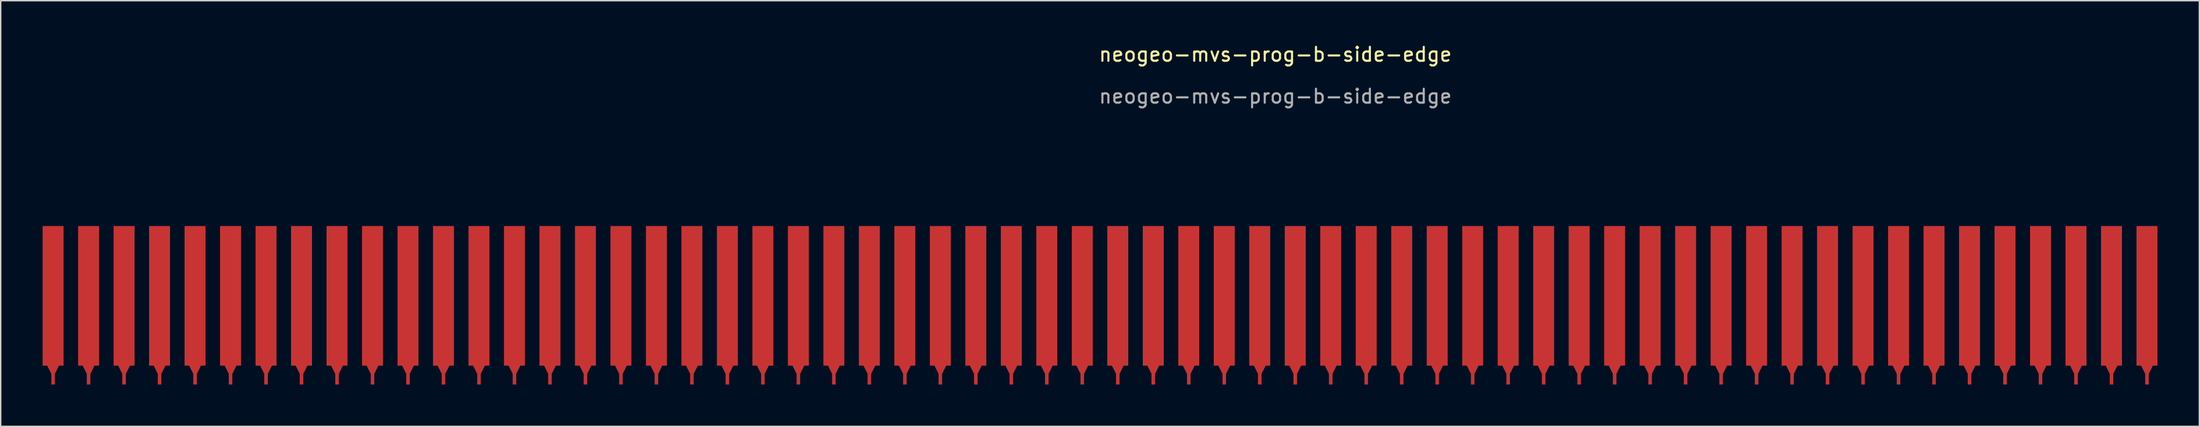
<source format=kicad_pcb>
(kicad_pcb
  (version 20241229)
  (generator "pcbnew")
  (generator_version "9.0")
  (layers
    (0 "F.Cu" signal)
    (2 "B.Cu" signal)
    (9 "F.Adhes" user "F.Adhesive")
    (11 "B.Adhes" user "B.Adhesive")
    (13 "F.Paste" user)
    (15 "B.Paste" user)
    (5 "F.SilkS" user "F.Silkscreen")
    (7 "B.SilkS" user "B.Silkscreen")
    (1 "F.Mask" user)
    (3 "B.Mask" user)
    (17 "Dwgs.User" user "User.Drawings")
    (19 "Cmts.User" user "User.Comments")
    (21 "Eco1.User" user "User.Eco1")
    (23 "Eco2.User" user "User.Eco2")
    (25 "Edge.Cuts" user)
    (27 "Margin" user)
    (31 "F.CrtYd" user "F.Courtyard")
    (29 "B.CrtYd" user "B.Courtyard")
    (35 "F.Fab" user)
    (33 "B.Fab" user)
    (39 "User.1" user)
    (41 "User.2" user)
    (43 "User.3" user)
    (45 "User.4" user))
  (footprint "neogeo-mvs-prog-b-side-edge"
    (layer "F.Cu")
    (at 76.95 18.138)
    (property "Reference" "neogeo-mvs-prog-b-side-edge" (at 11.28 -17.29 0) (unlocked yes) (layer "F.SilkS") (effects (font (size 1 1) (thickness 0.15))))
    (attr smd)
    (fp_text user "${REFERENCE}" (at 11.28 -14.29 0) (unlocked yes) (layer "F.Fab") (effects (font (size 1 1) (thickness 0.15))))
    (pad "1" connect custom (at -76.2 0) (size 1.5 10) (layers "F.Cu" "F.Mask") (options (anchor rect)) (primitives (gr_poly (pts (xy 0 5.842) (xy -0.508 4.826) (xy 0.508 4.826)) (width 0) (fill yes)) (gr_rect (start -0.127 5) (end 0.127 6.35) (width 0) (fill yes))))
    (pad "2" connect custom (at -73.66 0) (size 1.5 10) (layers "F.Cu" "F.Mask") (options (anchor rect)) (primitives (gr_poly (pts (xy 0 5.842) (xy -0.508 4.826) (xy 0.508 4.826)) (width 0) (fill yes)) (gr_rect (start -0.127 5) (end 0.127 6.35) (width 0) (fill yes))))
    (pad "3" connect custom (at -71.12 0) (size 1.5 10) (layers "F.Cu" "F.Mask") (options (anchor rect)) (primitives (gr_poly (pts (xy 0 5.842) (xy -0.508 4.826) (xy 0.508 4.826)) (width 0) (fill yes)) (gr_rect (start -0.127 5) (end 0.127 6.35) (width 0) (fill yes))))
    (pad "4" connect custom (at -68.58 0) (size 1.5 10) (layers "F.Cu" "F.Mask") (options (anchor rect)) (primitives (gr_poly (pts (xy 0 5.842) (xy -0.508 4.826) (xy 0.508 4.826)) (width 0) (fill yes)) (gr_rect (start -0.127 5) (end 0.127 6.35) (width 0) (fill yes))))
    (pad "5" connect custom (at -66.04 0) (size 1.5 10) (layers "F.Cu" "F.Mask") (options (anchor rect)) (primitives (gr_poly (pts (xy 0 5.842) (xy -0.508 4.826) (xy 0.508 4.826)) (width 0) (fill yes)) (gr_rect (start -0.127 5) (end 0.127 6.35) (width 0) (fill yes))))
    (pad "6" connect custom (at -63.5 0) (size 1.5 10) (layers "F.Cu" "F.Mask") (options (anchor rect)) (primitives (gr_poly (pts (xy 0 5.842) (xy -0.508 4.826) (xy 0.508 4.826)) (width 0) (fill yes)) (gr_rect (start -0.127 5) (end 0.127 6.35) (width 0) (fill yes))))
    (pad "7" connect custom (at -60.96 0) (size 1.5 10) (layers "F.Cu" "F.Mask") (options (anchor rect)) (primitives (gr_poly (pts (xy 0 5.842) (xy -0.508 4.826) (xy 0.508 4.826)) (width 0) (fill yes)) (gr_rect (start -0.127 5) (end 0.127 6.35) (width 0) (fill yes))))
    (pad "8" connect custom (at -58.42 0) (size 1.5 10) (layers "F.Cu" "F.Mask") (options (anchor rect)) (primitives (gr_poly (pts (xy 0 5.842) (xy -0.508 4.826) (xy 0.508 4.826)) (width 0) (fill yes)) (gr_rect (start -0.127 5) (end 0.127 6.35) (width 0) (fill yes))))
    (pad "9" connect custom (at -55.88 0) (size 1.5 10) (layers "F.Cu" "F.Mask") (options (anchor rect)) (primitives (gr_poly (pts (xy 0 5.842) (xy -0.508 4.826) (xy 0.508 4.826)) (width 0) (fill yes)) (gr_rect (start -0.127 5) (end 0.127 6.35) (width 0) (fill yes))))
    (pad "10" connect custom (at -53.34 0) (size 1.5 10) (layers "F.Cu" "F.Mask") (options (anchor rect)) (primitives (gr_poly (pts (xy 0 5.842) (xy -0.508 4.826) (xy 0.508 4.826)) (width 0) (fill yes)) (gr_rect (start -0.127 5) (end 0.127 6.35) (width 0) (fill yes))))
    (pad "11" connect custom (at -50.8 0) (size 1.5 10) (layers "F.Cu" "F.Mask") (options (anchor rect)) (primitives (gr_poly (pts (xy 0 5.842) (xy -0.508 4.826) (xy 0.508 4.826)) (width 0) (fill yes)) (gr_rect (start -0.127 5) (end 0.127 6.35) (width 0) (fill yes))))
    (pad "12" connect custom (at -48.26 0) (size 1.5 10) (layers "F.Cu" "F.Mask") (options (anchor rect)) (primitives (gr_poly (pts (xy 0 5.842) (xy -0.508 4.826) (xy 0.508 4.826)) (width 0) (fill yes)) (gr_rect (start -0.127 5) (end 0.127 6.35) (width 0) (fill yes))))
    (pad "13" connect custom (at -45.72 0) (size 1.5 10) (layers "F.Cu" "F.Mask") (options (anchor rect)) (primitives (gr_poly (pts (xy 0 5.842) (xy -0.508 4.826) (xy 0.508 4.826)) (width 0) (fill yes)) (gr_rect (start -0.127 5) (end 0.127 6.35) (width 0) (fill yes))))
    (pad "14" connect custom (at -43.18 0) (size 1.5 10) (layers "F.Cu" "F.Mask") (options (anchor rect)) (primitives (gr_poly (pts (xy 0 5.842) (xy -0.508 4.826) (xy 0.508 4.826)) (width 0) (fill yes)) (gr_rect (start -0.127 5) (end 0.127 6.35) (width 0) (fill yes))))
    (pad "15" connect custom (at -40.64 0) (size 1.5 10) (layers "F.Cu" "F.Mask") (options (anchor rect)) (primitives (gr_poly (pts (xy 0 5.842) (xy -0.508 4.826) (xy 0.508 4.826)) (width 0) (fill yes)) (gr_rect (start -0.127 5) (end 0.127 6.35) (width 0) (fill yes))))
    (pad "16" connect custom (at -38.1 0) (size 1.5 10) (layers "F.Cu" "F.Mask") (options (anchor rect)) (primitives (gr_poly (pts (xy 0 5.842) (xy -0.508 4.826) (xy 0.508 4.826)) (width 0) (fill yes)) (gr_rect (start -0.127 5) (end 0.127 6.35) (width 0) (fill yes))))
    (pad "17" connect custom (at -35.56 0) (size 1.5 10) (layers "F.Cu" "F.Mask") (options (anchor rect)) (primitives (gr_poly (pts (xy 0 5.842) (xy -0.508 4.826) (xy 0.508 4.826)) (width 0) (fill yes)) (gr_rect (start -0.127 5) (end 0.127 6.35) (width 0) (fill yes))))
    (pad "18" connect custom (at -33.02 0) (size 1.5 10) (layers "F.Cu" "F.Mask") (options (anchor rect)) (primitives (gr_poly (pts (xy 0 5.842) (xy -0.508 4.826) (xy 0.508 4.826)) (width 0) (fill yes)) (gr_rect (start -0.127 5) (end 0.127 6.35) (width 0) (fill yes))))
    (pad "19" connect custom (at -30.48 0) (size 1.5 10) (layers "F.Cu" "F.Mask") (options (anchor rect)) (primitives (gr_poly (pts (xy 0 5.842) (xy -0.508 4.826) (xy 0.508 4.826)) (width 0) (fill yes)) (gr_rect (start -0.127 5) (end 0.127 6.35) (width 0) (fill yes))))
    (pad "20" connect custom (at -27.94 0) (size 1.5 10) (layers "F.Cu" "F.Mask") (options (anchor rect)) (primitives (gr_poly (pts (xy 0 5.842) (xy -0.508 4.826) (xy 0.508 4.826)) (width 0) (fill yes)) (gr_rect (start -0.127 5) (end 0.127 6.35) (width 0) (fill yes))))
    (pad "21" connect custom (at -25.4 0) (size 1.5 10) (layers "F.Cu" "F.Mask") (options (anchor rect)) (primitives (gr_poly (pts (xy 0 5.842) (xy -0.508 4.826) (xy 0.508 4.826)) (width 0) (fill yes)) (gr_rect (start -0.127 5) (end 0.127 6.35) (width 0) (fill yes))))
    (pad "22" connect custom (at -22.86 0) (size 1.5 10) (layers "F.Cu" "F.Mask") (options (anchor rect)) (primitives (gr_poly (pts (xy 0 5.842) (xy -0.508 4.826) (xy 0.508 4.826)) (width 0) (fill yes)) (gr_rect (start -0.127 5) (end 0.127 6.35) (width 0) (fill yes))))
    (pad "23" connect custom (at -20.32 0) (size 1.5 10) (layers "F.Cu" "F.Mask") (options (anchor rect)) (primitives (gr_poly (pts (xy 0 5.842) (xy -0.508 4.826) (xy 0.508 4.826)) (width 0) (fill yes)) (gr_rect (start -0.127 5) (end 0.127 6.35) (width 0) (fill yes))))
    (pad "24" connect custom (at -17.78 0) (size 1.5 10) (layers "F.Cu" "F.Mask") (options (anchor rect)) (primitives (gr_poly (pts (xy 0 5.842) (xy -0.508 4.826) (xy 0.508 4.826)) (width 0) (fill yes)) (gr_rect (start -0.127 5) (end 0.127 6.35) (width 0) (fill yes))))
    (pad "25" connect custom (at -15.24 0) (size 1.5 10) (layers "F.Cu" "F.Mask") (options (anchor rect)) (primitives (gr_poly (pts (xy 0 5.842) (xy -0.508 4.826) (xy 0.508 4.826)) (width 0) (fill yes)) (gr_rect (start -0.127 5) (end 0.127 6.35) (width 0) (fill yes))))
    (pad "26" connect custom (at -12.7 0) (size 1.5 10) (layers "F.Cu" "F.Mask") (options (anchor rect)) (primitives (gr_poly (pts (xy 0 5.842) (xy -0.508 4.826) (xy 0.508 4.826)) (width 0) (fill yes)) (gr_rect (start -0.127 5) (end 0.127 6.35) (width 0) (fill yes))))
    (pad "27" connect custom (at -10.16 0) (size 1.5 10) (layers "F.Cu" "F.Mask") (options (anchor rect)) (primitives (gr_poly (pts (xy 0 5.842) (xy -0.508 4.826) (xy 0.508 4.826)) (width 0) (fill yes)) (gr_rect (start -0.127 5) (end 0.127 6.35) (width 0) (fill yes))))
    (pad "28" connect custom (at -7.62 0) (size 1.5 10) (layers "F.Cu" "F.Mask") (options (anchor rect)) (primitives (gr_poly (pts (xy 0 5.842) (xy -0.508 4.826) (xy 0.508 4.826)) (width 0) (fill yes)) (gr_rect (start -0.127 5) (end 0.127 6.35) (width 0) (fill yes))))
    (pad "29" connect custom (at -5.08 0) (size 1.5 10) (layers "F.Cu" "F.Mask") (options (anchor rect)) (primitives (gr_poly (pts (xy 0 5.842) (xy -0.508 4.826) (xy 0.508 4.826)) (width 0) (fill yes)) (gr_rect (start -0.127 5) (end 0.127 6.35) (width 0) (fill yes))))
    (pad "30" connect custom (at -2.54 0) (size 1.5 10) (layers "F.Cu" "F.Mask") (options (anchor rect)) (primitives (gr_poly (pts (xy 0 5.842) (xy -0.508 4.826) (xy 0.508 4.826)) (width 0) (fill yes)) (gr_rect (start -0.127 5) (end 0.127 6.35) (width 0) (fill yes))))
    (pad "31" connect custom (at 0 0) (size 1.5 10) (layers "F.Cu" "F.Mask") (options (anchor rect)) (primitives (gr_poly (pts (xy 0 5.842) (xy -0.508 4.826) (xy 0.508 4.826)) (width 0) (fill yes)) (gr_rect (start -0.127 5) (end 0.127 6.35) (width 0) (fill yes))))
    (pad "32" connect custom (at 2.54 0) (size 1.5 10) (layers "F.Cu" "F.Mask") (options (anchor rect)) (primitives (gr_poly (pts (xy 0 5.842) (xy -0.508 4.826) (xy 0.508 4.826)) (width 0) (fill yes)) (gr_rect (start -0.127 5) (end 0.127 6.35) (width 0) (fill yes))))
    (pad "33" connect custom (at 5.08 0) (size 1.5 10) (layers "F.Cu" "F.Mask") (options (anchor rect)) (primitives (gr_poly (pts (xy 0 5.842) (xy -0.508 4.826) (xy 0.508 4.826)) (width 0) (fill yes)) (gr_rect (start -0.127 5) (end 0.127 6.35) (width 0) (fill yes))))
    (pad "34" connect custom (at 7.62 0) (size 1.5 10) (layers "F.Cu" "F.Mask") (options (anchor rect)) (primitives (gr_poly (pts (xy 0 5.842) (xy -0.508 4.826) (xy 0.508 4.826)) (width 0) (fill yes)) (gr_rect (start -0.127 5) (end 0.127 6.35) (width 0) (fill yes))))
    (pad "35" connect custom (at 10.16 0) (size 1.5 10) (layers "F.Cu" "F.Mask") (options (anchor rect)) (primitives (gr_poly (pts (xy 0 5.842) (xy -0.508 4.826) (xy 0.508 4.826)) (width 0) (fill yes)) (gr_rect (start -0.127 5) (end 0.127 6.35) (width 0) (fill yes))))
    (pad "36" connect custom (at 12.7 0) (size 1.5 10) (layers "F.Cu" "F.Mask") (options (anchor rect)) (primitives (gr_poly (pts (xy 0 5.842) (xy -0.508 4.826) (xy 0.508 4.826)) (width 0) (fill yes)) (gr_rect (start -0.127 5) (end 0.127 6.35) (width 0) (fill yes))))
    (pad "37" connect custom (at 15.24 0) (size 1.5 10) (layers "F.Cu" "F.Mask") (options (anchor rect)) (primitives (gr_poly (pts (xy 0 5.842) (xy -0.508 4.826) (xy 0.508 4.826)) (width 0) (fill yes)) (gr_rect (start -0.127 5) (end 0.127 6.35) (width 0) (fill yes))))
    (pad "38" connect custom (at 17.78 0) (size 1.5 10) (layers "F.Cu" "F.Mask") (options (anchor rect)) (primitives (gr_poly (pts (xy 0 5.842) (xy -0.508 4.826) (xy 0.508 4.826)) (width 0) (fill yes)) (gr_rect (start -0.127 5) (end 0.127 6.35) (width 0) (fill yes))))
    (pad "39" connect custom (at 20.32 0) (size 1.5 10) (layers "F.Cu" "F.Mask") (options (anchor rect)) (primitives (gr_poly (pts (xy 0 5.842) (xy -0.508 4.826) (xy 0.508 4.826)) (width 0) (fill yes)) (gr_rect (start -0.127 5) (end 0.127 6.35) (width 0) (fill yes))))
    (pad "40" connect custom (at 22.86 0) (size 1.5 10) (layers "F.Cu" "F.Mask") (options (anchor rect)) (primitives (gr_poly (pts (xy 0 5.842) (xy -0.508 4.826) (xy 0.508 4.826)) (width 0) (fill yes)) (gr_rect (start -0.127 5) (end 0.127 6.35) (width 0) (fill yes))))
    (pad "41" connect custom (at 25.4 0) (size 1.5 10) (layers "F.Cu" "F.Mask") (options (anchor rect)) (primitives (gr_poly (pts (xy 0 5.842) (xy -0.508 4.826) (xy 0.508 4.826)) (width 0) (fill yes)) (gr_rect (start -0.127 5) (end 0.127 6.35) (width 0) (fill yes))))
    (pad "42" connect custom (at 27.94 0) (size 1.5 10) (layers "F.Cu" "F.Mask") (options (anchor rect)) (primitives (gr_poly (pts (xy 0 5.842) (xy -0.508 4.826) (xy 0.508 4.826)) (width 0) (fill yes)) (gr_rect (start -0.127 5) (end 0.127 6.35) (width 0) (fill yes))))
    (pad "43" connect custom (at 30.48 0) (size 1.5 10) (layers "F.Cu" "F.Mask") (options (anchor rect)) (primitives (gr_poly (pts (xy 0 5.842) (xy -0.508 4.826) (xy 0.508 4.826)) (width 0) (fill yes)) (gr_rect (start -0.127 5) (end 0.127 6.35) (width 0) (fill yes))))
    (pad "44" connect custom (at 33.02 0) (size 1.5 10) (layers "F.Cu" "F.Mask") (options (anchor rect)) (primitives (gr_poly (pts (xy 0 5.842) (xy -0.508 4.826) (xy 0.508 4.826)) (width 0) (fill yes)) (gr_rect (start -0.127 5) (end 0.127 6.35) (width 0) (fill yes))))
    (pad "45" connect custom (at 35.56 0) (size 1.5 10) (layers "F.Cu" "F.Mask") (options (anchor rect)) (primitives (gr_poly (pts (xy 0 5.842) (xy -0.508 4.826) (xy 0.508 4.826)) (width 0) (fill yes)) (gr_rect (start -0.127 5) (end 0.127 6.35) (width 0) (fill yes))))
    (pad "46" connect custom (at 38.1 0) (size 1.5 10) (layers "F.Cu" "F.Mask") (options (anchor rect)) (primitives (gr_poly (pts (xy 0 5.842) (xy -0.508 4.826) (xy 0.508 4.826)) (width 0) (fill yes)) (gr_rect (start -0.127 5) (end 0.127 6.35) (width 0) (fill yes))))
    (pad "47" connect custom (at 40.64 0) (size 1.5 10) (layers "F.Cu" "F.Mask") (options (anchor rect)) (primitives (gr_poly (pts (xy 0 5.842) (xy -0.508 4.826) (xy 0.508 4.826)) (width 0) (fill yes)) (gr_rect (start -0.127 5) (end 0.127 6.35) (width 0) (fill yes))))
    (pad "48" connect custom (at 43.18 0) (size 1.5 10) (layers "F.Cu" "F.Mask") (options (anchor rect)) (primitives (gr_poly (pts (xy 0 5.842) (xy -0.508 4.826) (xy 0.508 4.826)) (width 0) (fill yes)) (gr_rect (start -0.127 5) (end 0.127 6.35) (width 0) (fill yes))))
    (pad "49" connect custom (at 45.72 0) (size 1.5 10) (layers "F.Cu" "F.Mask") (options (anchor rect)) (primitives (gr_poly (pts (xy 0 5.842) (xy -0.508 4.826) (xy 0.508 4.826)) (width 0) (fill yes)) (gr_rect (start -0.127 5) (end 0.127 6.35) (width 0) (fill yes))))
    (pad "50" connect custom (at 48.26 0) (size 1.5 10) (layers "F.Cu" "F.Mask") (options (anchor rect)) (primitives (gr_poly (pts (xy 0 5.842) (xy -0.508 4.826) (xy 0.508 4.826)) (width 0) (fill yes)) (gr_rect (start -0.127 5) (end 0.127 6.35) (width 0) (fill yes))))
    (pad "51" connect custom (at 50.8 0) (size 1.5 10) (layers "F.Cu" "F.Mask") (options (anchor rect)) (primitives (gr_poly (pts (xy 0 5.842) (xy -0.508 4.826) (xy 0.508 4.826)) (width 0) (fill yes)) (gr_rect (start -0.127 5) (end 0.127 6.35) (width 0) (fill yes))))
    (pad "52" connect custom (at 53.34 0) (size 1.5 10) (layers "F.Cu" "F.Mask") (options (anchor rect)) (primitives (gr_poly (pts (xy 0 5.842) (xy -0.508 4.826) (xy 0.508 4.826)) (width 0) (fill yes)) (gr_rect (start -0.127 5) (end 0.127 6.35) (width 0) (fill yes))))
    (pad "53" connect custom (at 55.88 0) (size 1.5 10) (layers "F.Cu" "F.Mask") (options (anchor rect)) (primitives (gr_poly (pts (xy 0 5.842) (xy -0.508 4.826) (xy 0.508 4.826)) (width 0) (fill yes)) (gr_rect (start -0.127 5) (end 0.127 6.35) (width 0) (fill yes))))
    (pad "54" connect custom (at 58.42 0) (size 1.5 10) (layers "F.Cu" "F.Mask") (options (anchor rect)) (primitives (gr_poly (pts (xy 0 5.842) (xy -0.508 4.826) (xy 0.508 4.826)) (width 0) (fill yes)) (gr_rect (start -0.127 5) (end 0.127 6.35) (width 0) (fill yes))))
    (pad "55" connect custom (at 60.96 0) (size 1.5 10) (layers "F.Cu" "F.Mask") (options (anchor rect)) (primitives (gr_poly (pts (xy 0 5.842) (xy -0.508 4.826) (xy 0.508 4.826)) (width 0) (fill yes)) (gr_rect (start -0.127 5) (end 0.127 6.35) (width 0) (fill yes))))
    (pad "56" connect custom (at 63.5 0) (size 1.5 10) (layers "F.Cu" "F.Mask") (options (anchor rect)) (primitives (gr_poly (pts (xy 0 5.842) (xy -0.508 4.826) (xy 0.508 4.826)) (width 0) (fill yes)) (gr_rect (start -0.127 5) (end 0.127 6.35) (width 0) (fill yes))))
    (pad "57" connect custom (at 66.04 0) (size 1.5 10) (layers "F.Cu" "F.Mask") (options (anchor rect)) (primitives (gr_poly (pts (xy 0 5.842) (xy -0.508 4.826) (xy 0.508 4.826)) (width 0) (fill yes)) (gr_rect (start -0.127 5) (end 0.127 6.35) (width 0) (fill yes))))
    (pad "58" connect custom (at 68.58 0) (size 1.5 10) (layers "F.Cu" "F.Mask") (options (anchor rect)) (primitives (gr_poly (pts (xy 0 5.842) (xy -0.508 4.826) (xy 0.508 4.826)) (width 0) (fill yes)) (gr_rect (start -0.127 5) (end 0.127 6.35) (width 0) (fill yes))))
    (pad "59" connect custom (at 71.12 0) (size 1.5 10) (layers "F.Cu" "F.Mask") (options (anchor rect)) (primitives (gr_poly (pts (xy 0 5.842) (xy -0.508 4.826) (xy 0.508 4.826)) (width 0) (fill yes)) (gr_rect (start -0.127 5) (end 0.127 6.35) (width 0) (fill yes))))
    (pad "60" connect custom (at 73.66 0) (size 1.5 10) (layers "F.Cu" "F.Mask") (options (anchor rect)) (primitives (gr_poly (pts (xy 0 5.842) (xy -0.508 4.826) (xy 0.508 4.826)) (width 0) (fill yes)) (gr_rect (start -0.127 5) (end 0.127 6.35) (width 0) (fill yes)))))
  (gr_rect
    (start -3 -3)
    (end 154.36 27.488)
    (stroke (width 0.1) (type default))
    (fill no)
    (layer "Edge.Cuts")))
</source>
